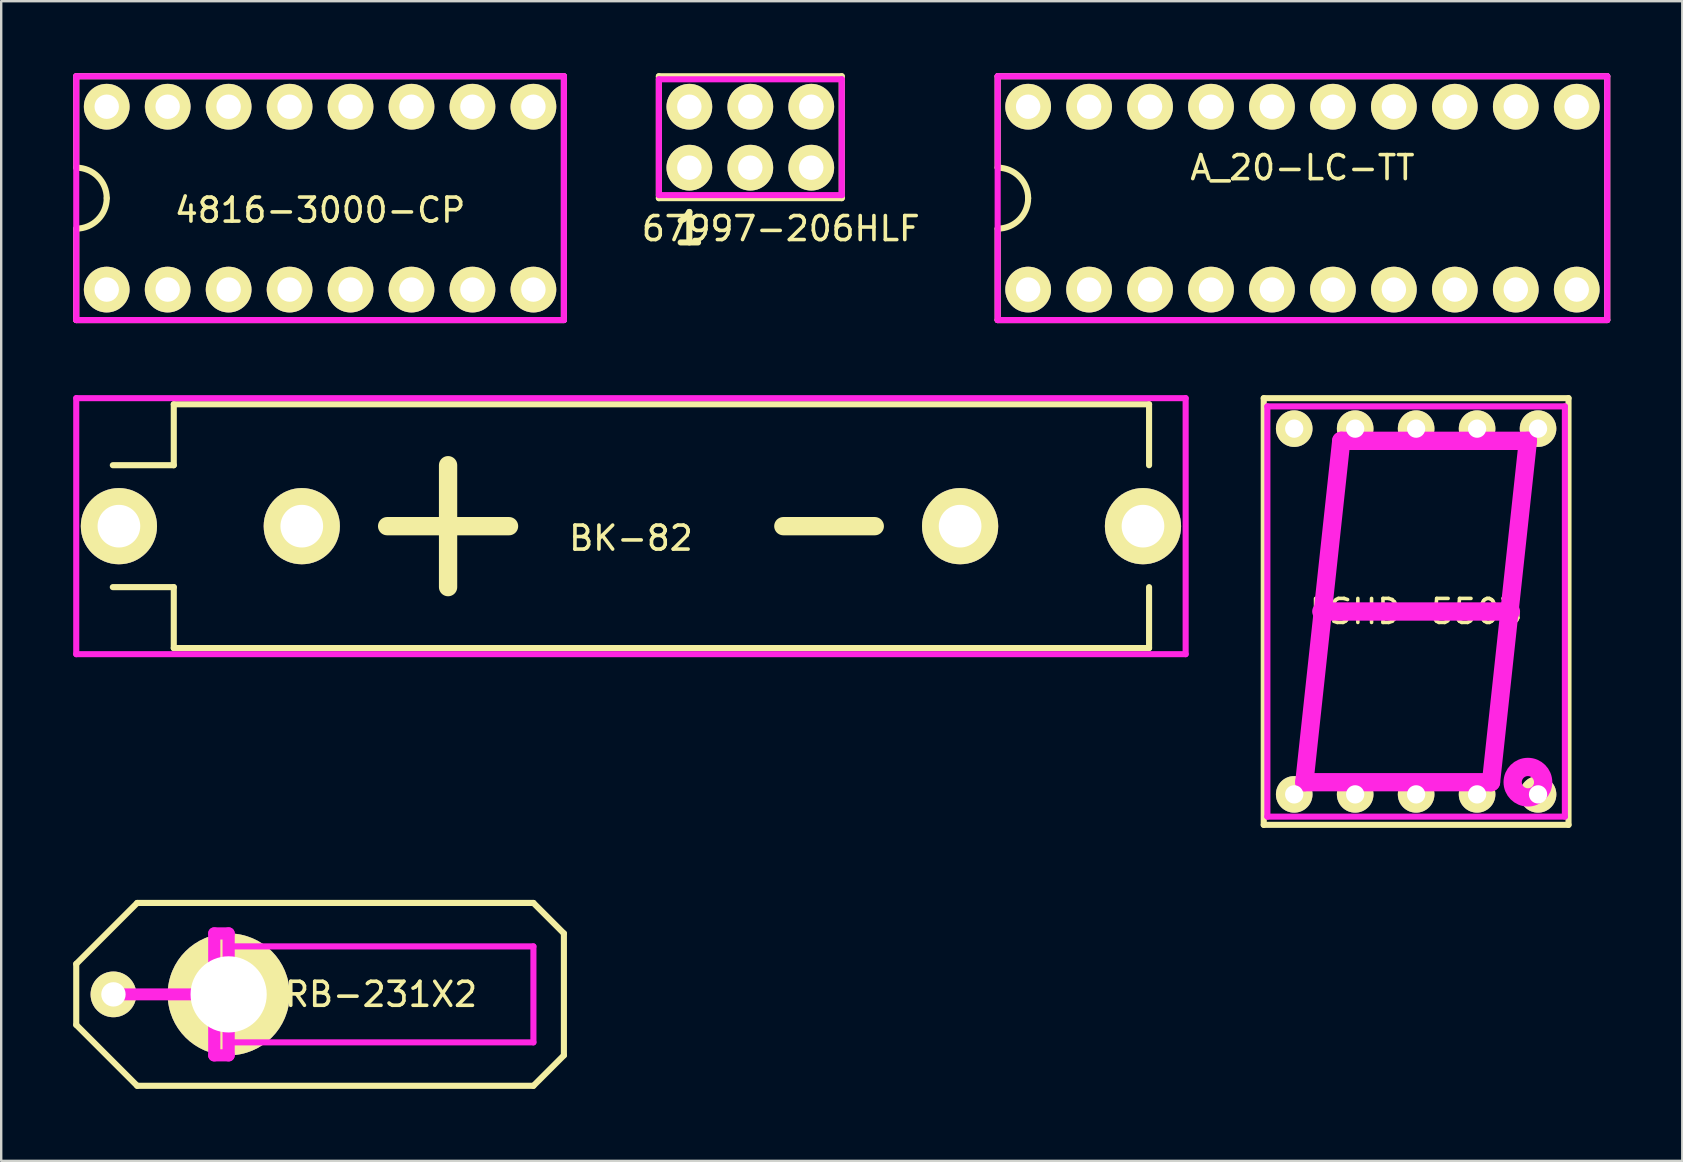
<source format=kicad_pcb>
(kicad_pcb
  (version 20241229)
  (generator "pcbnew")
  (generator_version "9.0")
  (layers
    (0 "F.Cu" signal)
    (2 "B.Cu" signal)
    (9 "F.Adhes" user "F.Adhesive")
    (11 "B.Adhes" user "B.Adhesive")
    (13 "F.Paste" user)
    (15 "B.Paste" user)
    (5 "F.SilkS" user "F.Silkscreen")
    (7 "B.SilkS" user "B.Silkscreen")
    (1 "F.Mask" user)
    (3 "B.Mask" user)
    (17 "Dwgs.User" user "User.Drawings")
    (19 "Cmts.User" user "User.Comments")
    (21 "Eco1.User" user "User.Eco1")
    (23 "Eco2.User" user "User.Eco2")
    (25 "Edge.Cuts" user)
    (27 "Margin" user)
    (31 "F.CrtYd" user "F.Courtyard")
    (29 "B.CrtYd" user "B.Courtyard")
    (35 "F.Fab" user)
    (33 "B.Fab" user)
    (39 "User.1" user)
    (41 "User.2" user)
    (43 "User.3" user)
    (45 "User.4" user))
  (footprint "BK-82"
    (layer "F.Cu")
    (at 23.241 18.875)
    (property "Reference" "BK-82" (at 0 0.5 0) (layer "F.SilkS") (effects (font (size 1 1) (thickness 0.15))))
    (attr through_hole)
    (fp_line (start -19.05 -5.08) (end -19.05 -2.54) (stroke (width 0.254) (type solid)) (layer "F.SilkS"))
    (fp_line (start -19.05 -5.08) (end 21.59 -5.08) (stroke (width 0.254) (type solid)) (layer "F.SilkS"))
    (fp_line (start -19.05 -2.54) (end -21.59 -2.54) (stroke (width 0.254) (type solid)) (layer "F.SilkS"))
    (fp_line (start -19.05 2.54) (end -21.59 2.54) (stroke (width 0.254) (type solid)) (layer "F.SilkS"))
    (fp_line (start -19.05 5.08) (end -19.05 2.54) (stroke (width 0.254) (type solid)) (layer "F.SilkS"))
    (fp_line (start -10.16 0) (end -5.08 0) (stroke (width 0.762) (type solid)) (layer "F.SilkS"))
    (fp_line (start -7.62 -2.54) (end -7.62 2.54) (stroke (width 0.762) (type solid)) (layer "F.SilkS"))
    (fp_line (start 10.16 0) (end 6.35 0) (stroke (width 0.762) (type solid)) (layer "F.SilkS"))
    (fp_line (start 21.59 -5.08) (end 21.59 -2.54) (stroke (width 0.254) (type solid)) (layer "F.SilkS"))
    (fp_line (start 21.59 2.54) (end 21.59 5.08) (stroke (width 0.254) (type solid)) (layer "F.SilkS"))
    (fp_line (start 21.59 5.08) (end -19.05 5.08) (stroke (width 0.254) (type solid)) (layer "F.SilkS"))
    (fp_line (start -23.114 -5.334) (end 23.114 -5.334) (stroke (width 0.254) (type solid)) (layer "F.CrtYd"))
    (fp_line (start -23.114 5.334) (end -23.114 -5.334) (stroke (width 0.254) (type solid)) (layer "F.CrtYd"))
    (fp_line (start 23.114 -5.334) (end 23.114 5.334) (stroke (width 0.254) (type solid)) (layer "F.CrtYd"))
    (fp_line (start 23.114 5.334) (end -23.114 5.334) (stroke (width 0.254) (type solid)) (layer "F.CrtYd"))
    (pad "1" thru_hole circle (at -21.336 0) (size 3.175 3.175) (drill 1.778) (layers "*.Cu" "*.Mask" "F.SilkS"))
    (pad "1" thru_hole circle (at -13.716 0) (size 3.175 3.175) (drill 1.778) (layers "*.Cu" "*.Mask" "F.SilkS"))
    (pad "2" thru_hole circle (at 13.716 0) (size 3.175 3.175) (drill 1.778) (layers "*.Cu" "*.Mask" "F.SilkS"))
    (pad "2" thru_hole circle (at 21.336 0) (size 3.175 3.175) (drill 1.778) (layers "*.Cu" "*.Mask" "F.SilkS")))
  (footprint "4816-3000-CP"
    (layer "F.Cu")
    (at 10.287 5.207)
    (property "Reference" "4816-3000-CP" (at 0 0.5 0) (layer "F.SilkS") (effects (font (size 1 1) (thickness 0.15))))
    (attr through_hole)
    (fp_line (start -10.16 -5.08) (end 10.16 -5.08) (stroke (width 0.254) (type solid)) (layer "F.SilkS"))
    (fp_line (start -10.16 -1.27) (end -10.16 -5.08) (stroke (width 0.254) (type solid)) (layer "F.SilkS"))
    (fp_line (start -10.16 5.08) (end -10.16 1.27) (stroke (width 0.254) (type solid)) (layer "F.SilkS"))
    (fp_line (start 10.16 -5.08) (end 10.16 5.08) (stroke (width 0.254) (type solid)) (layer "F.SilkS"))
    (fp_line (start 10.16 5.08) (end -10.16 5.08) (stroke (width 0.254) (type solid)) (layer "F.SilkS"))
    (fp_arc (start -10.16 -1.27) (mid -9.261974 -0.898026) (end -8.89 0) (stroke (width 0.254) (type solid)) (layer "F.SilkS"))
    (fp_arc (start -8.89 0) (mid -9.261974 0.898026) (end -10.16 1.27) (stroke (width 0.254) (type solid)) (layer "F.SilkS"))
    (fp_line (start -10.16 -5.08) (end 10.16 -5.08) (stroke (width 0.254) (type solid)) (layer "F.CrtYd"))
    (fp_line (start -10.16 5.08) (end -10.16 -5.08) (stroke (width 0.254) (type solid)) (layer "F.CrtYd"))
    (fp_line (start 10.16 -5.08) (end 10.16 5.08) (stroke (width 0.254) (type solid)) (layer "F.CrtYd"))
    (fp_line (start 10.16 5.08) (end -10.16 5.08) (stroke (width 0.254) (type solid)) (layer "F.CrtYd"))
    (pad "1" thru_hole circle (at -8.89 3.81) (size 1.905 1.905) (drill 1.016) (layers "*.Cu" "*.Mask" "F.SilkS"))
    (pad "2" thru_hole circle (at -6.35 3.81) (size 1.905 1.905) (drill 1.016) (layers "*.Cu" "*.Mask" "F.SilkS"))
    (pad "3" thru_hole circle (at -3.81 3.81) (size 1.905 1.905) (drill 1.016) (layers "*.Cu" "*.Mask" "F.SilkS"))
    (pad "4" thru_hole circle (at -1.27 3.81) (size 1.905 1.905) (drill 1.016) (layers "*.Cu" "*.Mask" "F.SilkS"))
    (pad "5" thru_hole circle (at 1.27 3.81) (size 1.905 1.905) (drill 1.016) (layers "*.Cu" "*.Mask" "F.SilkS"))
    (pad "6" thru_hole circle (at 3.81 3.81) (size 1.905 1.905) (drill 1.016) (layers "*.Cu" "*.Mask" "F.SilkS"))
    (pad "7" thru_hole circle (at 6.35 3.81) (size 1.905 1.905) (drill 1.016) (layers "*.Cu" "*.Mask" "F.SilkS"))
    (pad "8" thru_hole circle (at 8.89 3.81) (size 1.905 1.905) (drill 1.016) (layers "*.Cu" "*.Mask" "F.SilkS"))
    (pad "9" thru_hole circle (at 8.89 -3.81) (size 1.905 1.905) (drill 1.016) (layers "*.Cu" "*.Mask" "F.SilkS"))
    (pad "10" thru_hole circle (at 6.35 -3.81) (size 1.905 1.905) (drill 1.016) (layers "*.Cu" "*.Mask" "F.SilkS"))
    (pad "11" thru_hole circle (at 3.81 -3.81) (size 1.905 1.905) (drill 1.016) (layers "*.Cu" "*.Mask" "F.SilkS"))
    (pad "12" thru_hole circle (at 1.27 -3.81) (size 1.905 1.905) (drill 1.016) (layers "*.Cu" "*.Mask" "F.SilkS"))
    (pad "13" thru_hole circle (at -1.27 -3.81) (size 1.905 1.905) (drill 1.016) (layers "*.Cu" "*.Mask" "F.SilkS"))
    (pad "14" thru_hole circle (at -3.81 -3.81) (size 1.905 1.905) (drill 1.016) (layers "*.Cu" "*.Mask" "F.SilkS"))
    (pad "15" thru_hole circle (at -6.35 -3.81) (size 1.905 1.905) (drill 1.016) (layers "*.Cu" "*.Mask" "F.SilkS"))
    (pad "16" thru_hole circle (at -8.89 -3.81) (size 1.905 1.905) (drill 1.016) (layers "*.Cu" "*.Mask" "F.SilkS")))
  (footprint "LSHD-5503"
    (layer "F.Cu")
    (at 55.959 22.431)
    (property "Reference" "LSHD-5503" (at 0 0 0) (layer "F.SilkS") (effects (font (size 1 1) (thickness 0.15))))
    (attr through_hole)
    (fp_line (start -6.35 -8.89) (end 6.35 -8.89) (stroke (width 0.254) (type solid)) (layer "F.SilkS"))
    (fp_line (start -6.35 8.89) (end -6.35 -8.89) (stroke (width 0.254) (type solid)) (layer "F.SilkS"))
    (fp_line (start 6.35 -8.89) (end 6.35 8.89) (stroke (width 0.254) (type solid)) (layer "F.SilkS"))
    (fp_line (start 6.35 8.89) (end -6.35 8.89) (stroke (width 0.254) (type solid)) (layer "F.SilkS"))
    (fp_line (start -6.198 -8.547) (end 6.198 -8.547) (stroke (width 0.254) (type solid)) (layer "F.CrtYd"))
    (fp_line (start -6.198 8.547) (end -6.198 -8.547) (stroke (width 0.254) (type solid)) (layer "F.CrtYd"))
    (fp_line (start -4.658 7.112) (end 3.12 7.112) (stroke (width 0.762) (type solid)) (layer "F.CrtYd"))
    (fp_line (start -3.95 0) (end 3.95 0) (stroke (width 0.762) (type solid)) (layer "F.CrtYd"))
    (fp_line (start -3.12 -7.112) (end -4.658 7.112) (stroke (width 0.762) (type solid)) (layer "F.CrtYd"))
    (fp_line (start -3.12 -7.112) (end 4.658 -7.112) (stroke (width 0.762) (type solid)) (layer "F.CrtYd"))
    (fp_line (start 4.658 -7.112) (end 3.12 7.112) (stroke (width 0.762) (type solid)) (layer "F.CrtYd"))
    (fp_line (start 6.198 -8.547) (end 6.198 8.547) (stroke (width 0.254) (type solid)) (layer "F.CrtYd"))
    (fp_line (start 6.198 8.547) (end -6.198 8.547) (stroke (width 0.254) (type solid)) (layer "F.CrtYd"))
    (fp_circle (center 4.658 7.112) (end 4.658 7.366) (stroke (width 0.762) (type solid)) (fill no) (layer "F.CrtYd"))
    (pad "1" thru_hole circle (at -5.08 7.62) (size 1.524 1.524) (drill 0.762) (layers "*.Cu" "*.Mask" "F.SilkS"))
    (pad "2" thru_hole circle (at -2.54 7.62) (size 1.524 1.524) (drill 0.762) (layers "*.Cu" "*.Mask" "F.SilkS"))
    (pad "3" thru_hole circle (at 0 7.62) (size 1.524 1.524) (drill 0.762) (layers "*.Cu" "*.Mask" "F.SilkS"))
    (pad "4" thru_hole circle (at 2.54 7.62) (size 1.524 1.524) (drill 0.762) (layers "*.Cu" "*.Mask" "F.SilkS"))
    (pad "5" thru_hole circle (at 5.08 7.62) (size 1.524 1.524) (drill 0.762) (layers "*.Cu" "*.Mask" "F.SilkS"))
    (pad "6" thru_hole circle (at 5.08 -7.62) (size 1.524 1.524) (drill 0.762) (layers "*.Cu" "*.Mask" "F.SilkS"))
    (pad "7" thru_hole circle (at 2.54 -7.62) (size 1.524 1.524) (drill 0.762) (layers "*.Cu" "*.Mask" "F.SilkS"))
    (pad "8" thru_hole circle (at 0 -7.62) (size 1.524 1.524) (drill 0.762) (layers "*.Cu" "*.Mask" "F.SilkS"))
    (pad "9" thru_hole circle (at -2.54 -7.62) (size 1.524 1.524) (drill 0.762) (layers "*.Cu" "*.Mask" "F.SilkS"))
    (pad "10" thru_hole circle (at -5.08 -7.62) (size 1.524 1.524) (drill 0.762) (layers "*.Cu" "*.Mask" "F.SilkS")))
  (footprint "A_20-LC-TT"
    (layer "F.Cu")
    (at 51.222 5.207)
    (property "Reference" "A_20-LC-TT" (at 0 -1.27 0) (layer "F.SilkS") (effects (font (size 1 1) (thickness 0.15))))
    (attr through_hole)
    (fp_line (start -12.7 -5.08) (end 12.7 -5.08) (stroke (width 0.254) (type solid)) (layer "F.SilkS"))
    (fp_line (start -12.7 -1.27) (end -12.7 -5.08) (stroke (width 0.254) (type solid)) (layer "F.SilkS"))
    (fp_line (start -12.7 5.08) (end -12.7 1.27) (stroke (width 0.254) (type solid)) (layer "F.SilkS"))
    (fp_line (start 12.7 -5.08) (end 12.7 5.08) (stroke (width 0.254) (type solid)) (layer "F.SilkS"))
    (fp_line (start 12.7 5.08) (end -12.7 5.08) (stroke (width 0.254) (type solid)) (layer "F.SilkS"))
    (fp_arc (start -12.7 -1.27) (mid -11.801974 -0.898026) (end -11.43 0) (stroke (width 0.254) (type solid)) (layer "F.SilkS"))
    (fp_arc (start -11.43 0) (mid -11.801974 0.898026) (end -12.7 1.27) (stroke (width 0.254) (type solid)) (layer "F.SilkS"))
    (fp_line (start -12.7 -5.08) (end 12.7 -5.08) (stroke (width 0.254) (type solid)) (layer "F.CrtYd"))
    (fp_line (start -12.7 5.08) (end -12.7 -5.08) (stroke (width 0.254) (type solid)) (layer "F.CrtYd"))
    (fp_line (start 12.7 -5.08) (end 12.7 5.08) (stroke (width 0.254) (type solid)) (layer "F.CrtYd"))
    (fp_line (start 12.7 5.08) (end -12.7 5.08) (stroke (width 0.254) (type solid)) (layer "F.CrtYd"))
    (pad "1" thru_hole circle (at -11.43 3.81) (size 1.905 1.905) (drill 1.016) (layers "*.Cu" "*.Mask" "F.SilkS"))
    (pad "2" thru_hole circle (at -8.89 3.81) (size 1.905 1.905) (drill 1.016) (layers "*.Cu" "*.Mask" "F.SilkS"))
    (pad "3" thru_hole circle (at -6.35 3.81) (size 1.905 1.905) (drill 1.016) (layers "*.Cu" "*.Mask" "F.SilkS"))
    (pad "4" thru_hole circle (at -3.81 3.81) (size 1.905 1.905) (drill 1.016) (layers "*.Cu" "*.Mask" "F.SilkS"))
    (pad "5" thru_hole circle (at -1.27 3.81) (size 1.905 1.905) (drill 1.016) (layers "*.Cu" "*.Mask" "F.SilkS"))
    (pad "6" thru_hole circle (at 1.27 3.81) (size 1.905 1.905) (drill 1.016) (layers "*.Cu" "*.Mask" "F.SilkS"))
    (pad "7" thru_hole circle (at 3.81 3.81) (size 1.905 1.905) (drill 1.016) (layers "*.Cu" "*.Mask" "F.SilkS"))
    (pad "8" thru_hole circle (at 6.35 3.81) (size 1.905 1.905) (drill 1.016) (layers "*.Cu" "*.Mask" "F.SilkS"))
    (pad "9" thru_hole circle (at 8.89 3.81) (size 1.905 1.905) (drill 1.016) (layers "*.Cu" "*.Mask" "F.SilkS"))
    (pad "10" thru_hole circle (at 11.43 3.81) (size 1.905 1.905) (drill 1.016) (layers "*.Cu" "*.Mask" "F.SilkS"))
    (pad "11" thru_hole circle (at 11.43 -3.81) (size 1.905 1.905) (drill 1.016) (layers "*.Cu" "*.Mask" "F.SilkS"))
    (pad "12" thru_hole circle (at 8.89 -3.81) (size 1.905 1.905) (drill 1.016) (layers "*.Cu" "*.Mask" "F.SilkS"))
    (pad "13" thru_hole circle (at 6.35 -3.81) (size 1.905 1.905) (drill 1.016) (layers "*.Cu" "*.Mask" "F.SilkS"))
    (pad "14" thru_hole circle (at 3.81 -3.81) (size 1.905 1.905) (drill 1.016) (layers "*.Cu" "*.Mask" "F.SilkS"))
    (pad "15" thru_hole circle (at 1.27 -3.81) (size 1.905 1.905) (drill 1.016) (layers "*.Cu" "*.Mask" "F.SilkS"))
    (pad "16" thru_hole circle (at -1.27 -3.81) (size 1.905 1.905) (drill 1.016) (layers "*.Cu" "*.Mask" "F.SilkS"))
    (pad "17" thru_hole circle (at -3.81 -3.81) (size 1.905 1.905) (drill 1.016) (layers "*.Cu" "*.Mask" "F.SilkS"))
    (pad "18" thru_hole circle (at -6.35 -3.81) (size 1.905 1.905) (drill 1.016) (layers "*.Cu" "*.Mask" "F.SilkS"))
    (pad "19" thru_hole circle (at -8.89 -3.81) (size 1.905 1.905) (drill 1.016) (layers "*.Cu" "*.Mask" "F.SilkS"))
    (pad "20" thru_hole circle (at -11.43 -3.81) (size 1.905 1.905) (drill 1.016) (layers "*.Cu" "*.Mask" "F.SilkS")))
  (footprint "67997-206HLF"
    (layer "F.Cu")
    (at 28.215 2.667)
    (property "Reference" "67997-206HLF" (at 1.27 3.81 0) (layer "F.SilkS") (effects (font (size 1 1) (thickness 0.15))))
    (attr through_hole)
    (fp_line (start -3.81 -2.54) (end -3.81 2.54) (stroke (width 0.254) (type solid)) (layer "F.SilkS"))
    (fp_line (start -3.81 2.54) (end 3.81 2.54) (stroke (width 0.254) (type solid)) (layer "F.SilkS"))
    (fp_line (start 3.81 -2.54) (end -3.81 -2.54) (stroke (width 0.254) (type solid)) (layer "F.SilkS"))
    (fp_line (start 3.81 2.54) (end 3.81 -2.54) (stroke (width 0.254) (type solid)) (layer "F.SilkS"))
    (fp_line (start -3.81 -2.413) (end -3.81 2.413) (stroke (width 0.254) (type solid)) (layer "F.CrtYd"))
    (fp_line (start -3.81 2.413) (end 3.81 2.413) (stroke (width 0.254) (type solid)) (layer "F.CrtYd"))
    (fp_line (start 3.81 -2.413) (end -3.81 -2.413) (stroke (width 0.254) (type solid)) (layer "F.CrtYd"))
    (fp_line (start 3.81 2.413) (end 3.81 -2.413) (stroke (width 0.254) (type solid)) (layer "F.CrtYd"))
    (fp_text user "1" (at -2.54 3.81 0) (layer "F.SilkS") (effects (font (size 1.27 1.27) (thickness 0.254))))
    (pad "1" thru_hole circle (at -2.54 1.27) (size 1.905 1.905) (drill 1.016) (layers "*.Cu" "*.Mask" "F.SilkS"))
    (pad "2" thru_hole circle (at -2.54 -1.27) (size 1.905 1.905) (drill 1.016) (layers "*.Cu" "*.Mask" "F.SilkS"))
    (pad "3" thru_hole circle (at 0 1.27) (size 1.905 1.905) (drill 1.016) (layers "*.Cu" "*.Mask" "F.SilkS"))
    (pad "4" thru_hole circle (at 0 -1.27) (size 1.905 1.905) (drill 1.016) (layers "*.Cu" "*.Mask" "F.SilkS"))
    (pad "5" thru_hole circle (at 2.54 1.27) (size 1.905 1.905) (drill 1.016) (layers "*.Cu" "*.Mask" "F.SilkS"))
    (pad "6" thru_hole circle (at 2.54 -1.27) (size 1.905 1.905) (drill 1.016) (layers "*.Cu" "*.Mask" "F.SilkS")))
  (footprint "RB-231X2"
    (layer "F.Cu")
    (at 6.477 38.385)
    (property "Reference" "RB-231X2" (at 6.35 0 0) (layer "F.SilkS") (effects (font (size 1 1) (thickness 0.15))))
    (attr through_hole)
    (fp_line (start -6.35 -1.27) (end -6.35 1.27) (stroke (width 0.254) (type solid)) (layer "F.SilkS"))
    (fp_line (start -6.35 1.27) (end -3.81 3.81) (stroke (width 0.254) (type solid)) (layer "F.SilkS"))
    (fp_line (start -3.81 -3.81) (end -6.35 -1.27) (stroke (width 0.254) (type solid)) (layer "F.SilkS"))
    (fp_line (start -3.81 -3.81) (end 12.7 -3.81) (stroke (width 0.254) (type solid)) (layer "F.SilkS"))
    (fp_line (start -3.81 3.81) (end 12.7 3.81) (stroke (width 0.254) (type solid)) (layer "F.SilkS"))
    (fp_line (start 12.7 -3.81) (end 13.97 -2.54) (stroke (width 0.254) (type solid)) (layer "F.SilkS"))
    (fp_line (start 13.97 -2.54) (end 13.97 2.54) (stroke (width 0.254) (type solid)) (layer "F.SilkS"))
    (fp_line (start 13.97 2.54) (end 12.7 3.81) (stroke (width 0.254) (type solid)) (layer "F.SilkS"))
    (fp_line (start -0.599 -2.54) (end -0.599 2.54) (stroke (width 0.508) (type solid)) (layer "F.CrtYd"))
    (fp_line (start -0.599 0) (end -4.8 0) (stroke (width 0.498) (type solid)) (layer "F.CrtYd"))
    (fp_line (start -0.599 2.54) (end 0 2.54) (stroke (width 0.508) (type solid)) (layer "F.CrtYd"))
    (fp_line (start 0 -2.54) (end -0.599 -2.54) (stroke (width 0.508) (type solid)) (layer "F.CrtYd"))
    (fp_line (start 0 -1.999) (end 12.7 -1.999) (stroke (width 0.254) (type solid)) (layer "F.CrtYd"))
    (fp_line (start 0 2.54) (end 0 -2.54) (stroke (width 0.508) (type solid)) (layer "F.CrtYd"))
    (fp_line (start 12.7 -1.999) (end 12.7 1.999) (stroke (width 0.254) (type solid)) (layer "F.CrtYd"))
    (fp_line (start 12.7 1.999) (end 0 1.999) (stroke (width 0.254) (type solid)) (layer "F.CrtYd"))
    (pad "1" thru_hole circle (at 0 0) (size 5.08 5.08) (drill 3.175) (layers "*.Cu" "*.Mask" "F.SilkS"))
    (pad "2" thru_hole circle (at -4.8 0) (size 1.905 1.905) (drill 1.016) (layers "*.Cu" "*.Mask" "F.SilkS")))
  (gr_rect
    (start -3 -3)
    (end 67.049 45.322)
    (stroke (width 0.1) (type default))
    (fill no)
    (layer "Edge.Cuts")))
</source>
